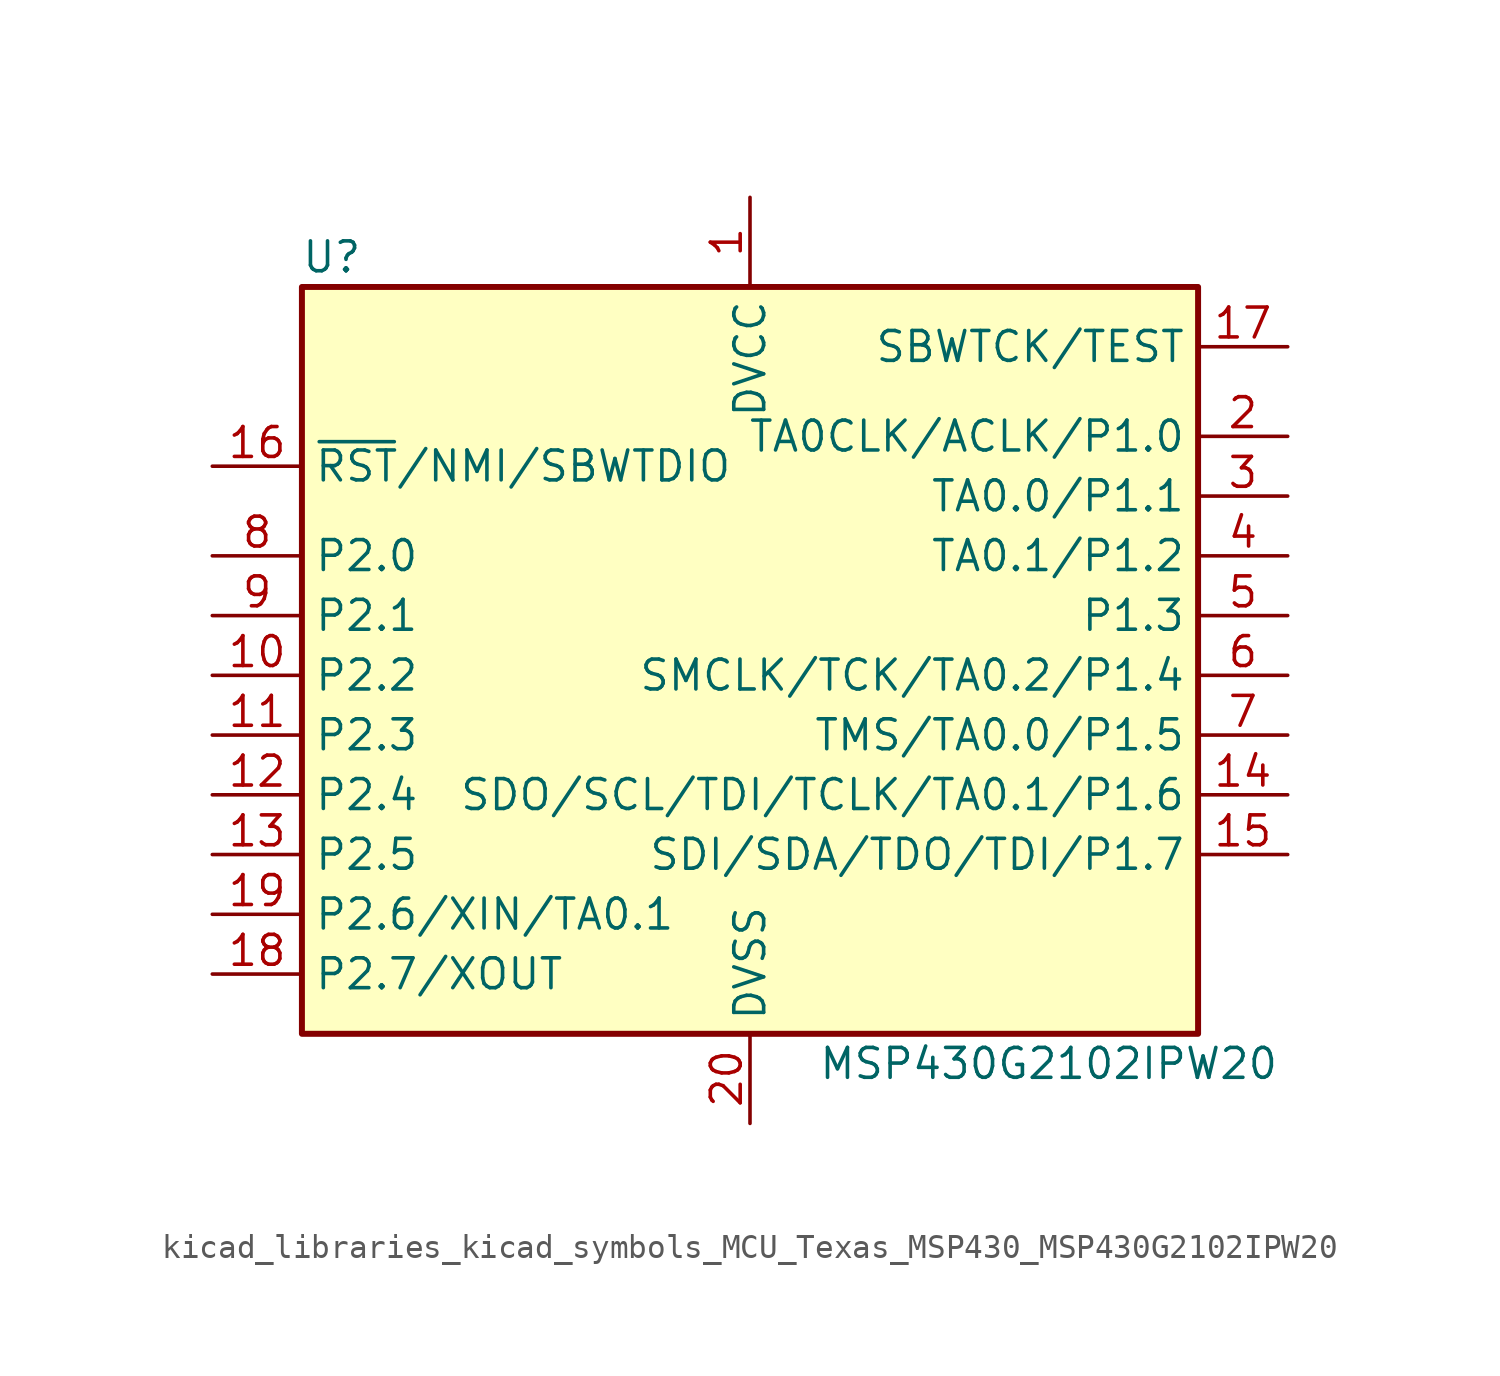
<source format=kicad_sym>
(kicad_symbol_lib
  (version 20220914)
  (generator kicad_symbol_editor)
  (symbol "kicad_libraries_kicad_symbols_MCU_Texas_MSP430_MSP430G2102IPW20"
    (property "Reference" "U"
      (at -17.78 17.78 0)
      (effects (font (size 1.27 1.27))))
    (property "Value" "MSP430G2102IPW20"
      (at 12.7 -16.51 0)
      (effects (font (size 1.27 1.27))))
    (symbol "kicad_libraries_kicad_symbols_MCU_Texas_MSP430_MSP430G2102IPW20_0_1"
      (rectangle (start -19.05 16.51) (end 19.05 -15.24) (stroke (width 0.254) (type default)) (fill (type background))))
    (symbol "kicad_libraries_kicad_symbols_MCU_Texas_MSP430_MSP430G2102IPW20_1_1"
      (pin power_in line (at 0 20.32 270) (length 3.81) (name "DVCC" (effects (font (size 1.27 1.27)))) (number "1" (effects (font (size 1.27 1.27)))))
      (pin bidirectional line (at -22.86 0 0) (length 3.81) (name "P2.2" (effects (font (size 1.27 1.27)))) (number "10" (effects (font (size 1.27 1.27)))))
      (pin bidirectional line (at -22.86 -2.54 0) (length 3.81) (name "P2.3" (effects (font (size 1.27 1.27)))) (number "11" (effects (font (size 1.27 1.27)))))
      (pin bidirectional line (at -22.86 -5.08 0) (length 3.81) (name "P2.4" (effects (font (size 1.27 1.27)))) (number "12" (effects (font (size 1.27 1.27)))))
      (pin bidirectional line (at -22.86 -7.62 0) (length 3.81) (name "P2.5" (effects (font (size 1.27 1.27)))) (number "13" (effects (font (size 1.27 1.27)))))
      (pin bidirectional line (at 22.86 -5.08 180) (length 3.81) (name "SDO/SCL/TDI/TCLK/TA0.1/P1.6" (effects (font (size 1.27 1.27)))) (number "14" (effects (font (size 1.27 1.27)))))
      (pin bidirectional line (at 22.86 -7.62 180) (length 3.81) (name "SDI/SDA/TDO/TDI/P1.7" (effects (font (size 1.27 1.27)))) (number "15" (effects (font (size 1.27 1.27)))))
      (pin input line (at -22.86 8.89 0) (length 3.81) (name "~{RST}/NMI/SBWTDIO" (effects (font (size 1.27 1.27)))) (number "16" (effects (font (size 1.27 1.27)))))
      (pin input line (at 22.86 13.97 180) (length 3.81) (name "SBWTCK/TEST" (effects (font (size 1.27 1.27)))) (number "17" (effects (font (size 1.27 1.27)))))
      (pin bidirectional line (at -22.86 -12.7 0) (length 3.81) (name "P2.7/XOUT" (effects (font (size 1.27 1.27)))) (number "18" (effects (font (size 1.27 1.27)))))
      (pin bidirectional line (at -22.86 -10.16 0) (length 3.81) (name "P2.6/XIN/TA0.1" (effects (font (size 1.27 1.27)))) (number "19" (effects (font (size 1.27 1.27)))))
      (pin bidirectional line (at 22.86 10.16 180) (length 3.81) (name "TA0CLK/ACLK/P1.0" (effects (font (size 1.27 1.27)))) (number "2" (effects (font (size 1.27 1.27)))))
      (pin power_in line (at 0 -19.05 90) (length 3.81) (name "DVSS" (effects (font (size 1.27 1.27)))) (number "20" (effects (font (size 1.27 1.27)))))
      (pin bidirectional line (at 22.86 7.62 180) (length 3.81) (name "TA0.0/P1.1" (effects (font (size 1.27 1.27)))) (number "3" (effects (font (size 1.27 1.27)))))
      (pin bidirectional line (at 22.86 5.08 180) (length 3.81) (name "TA0.1/P1.2" (effects (font (size 1.27 1.27)))) (number "4" (effects (font (size 1.27 1.27)))))
      (pin bidirectional line (at 22.86 2.54 180) (length 3.81) (name "P1.3" (effects (font (size 1.27 1.27)))) (number "5" (effects (font (size 1.27 1.27)))))
      (pin bidirectional line (at 22.86 0 180) (length 3.81) (name "SMCLK/TCK/TA0.2/P1.4" (effects (font (size 1.27 1.27)))) (number "6" (effects (font (size 1.27 1.27)))))
      (pin bidirectional line (at 22.86 -2.54 180) (length 3.81) (name "TMS/TA0.0/P1.5" (effects (font (size 1.27 1.27)))) (number "7" (effects (font (size 1.27 1.27)))))
      (pin bidirectional line (at -22.86 5.08 0) (length 3.81) (name "P2.0" (effects (font (size 1.27 1.27)))) (number "8" (effects (font (size 1.27 1.27)))))
      (pin bidirectional line (at -22.86 2.54 0) (length 3.81) (name "P2.1" (effects (font (size 1.27 1.27)))) (number "9" (effects (font (size 1.27 1.27))))))))
</source>
